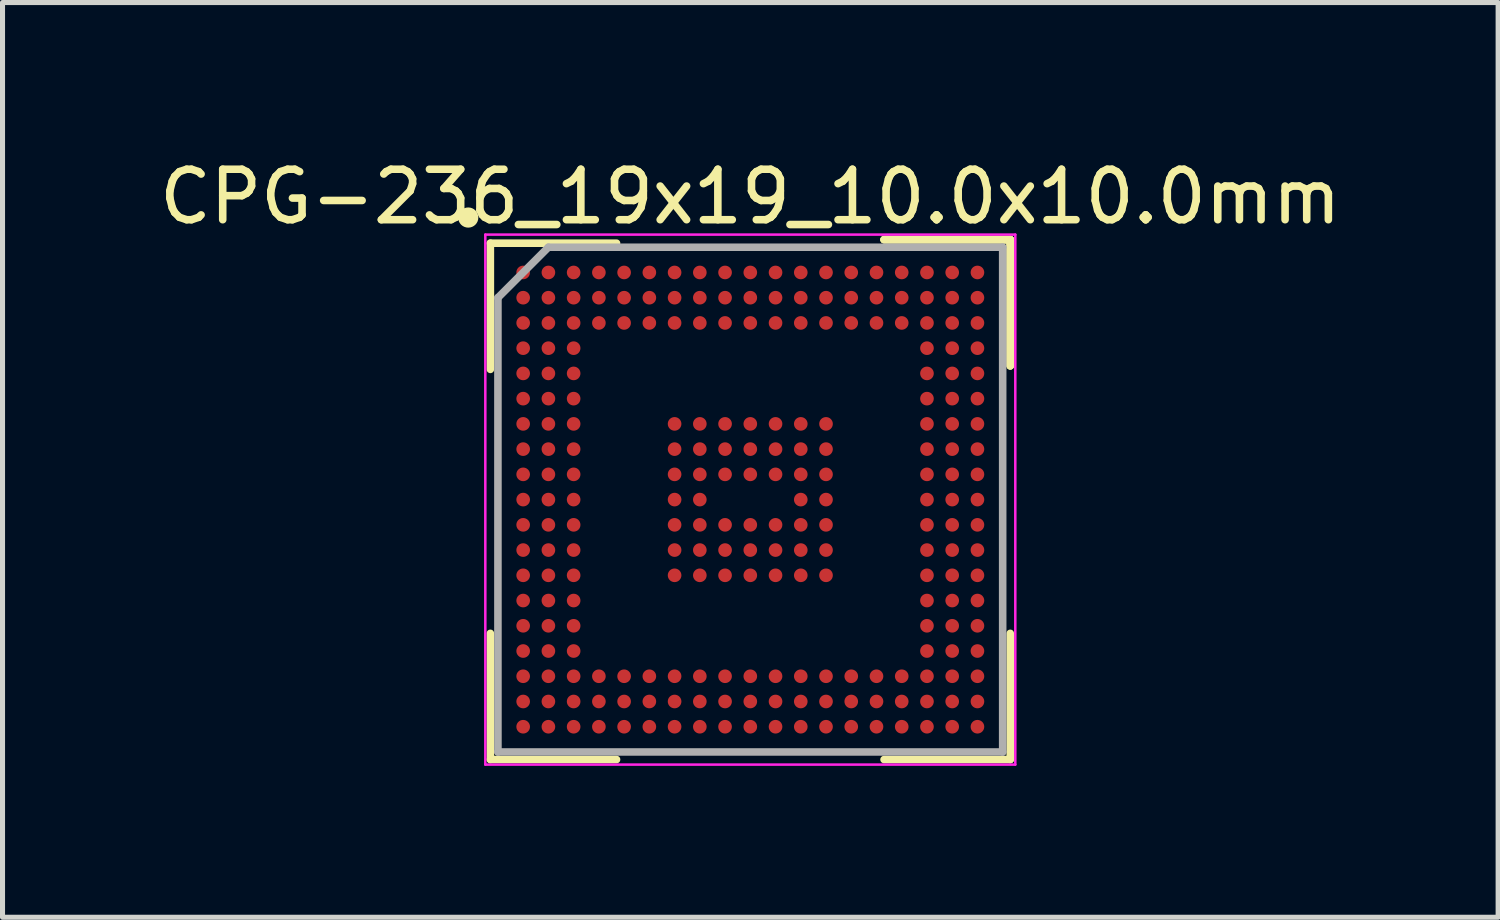
<source format=kicad_pcb>
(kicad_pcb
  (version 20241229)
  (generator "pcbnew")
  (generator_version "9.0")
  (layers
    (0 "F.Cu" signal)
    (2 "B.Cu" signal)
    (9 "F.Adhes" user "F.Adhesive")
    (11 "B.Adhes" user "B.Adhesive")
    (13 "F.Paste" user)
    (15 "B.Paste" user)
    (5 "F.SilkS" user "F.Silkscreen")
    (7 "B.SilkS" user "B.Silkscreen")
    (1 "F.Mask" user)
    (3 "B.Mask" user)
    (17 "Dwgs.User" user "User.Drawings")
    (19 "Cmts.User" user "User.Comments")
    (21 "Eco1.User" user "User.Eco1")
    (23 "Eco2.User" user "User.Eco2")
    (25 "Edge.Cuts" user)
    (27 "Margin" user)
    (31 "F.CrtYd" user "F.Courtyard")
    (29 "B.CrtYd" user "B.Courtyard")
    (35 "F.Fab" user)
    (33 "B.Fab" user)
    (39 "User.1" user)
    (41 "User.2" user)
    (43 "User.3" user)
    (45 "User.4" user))
  (footprint "CPG-236_19x19_10.0x10.0mm"
    (layer "F.Cu")
    (at 11.815 6.848)
    (property "Reference" "CPG-236_19x19_10.0x10.0mm" (at 0 -6 0) (layer "F.SilkS") (effects (font (size 1 1) (thickness 0.15))))
    (attr smd)
    (fp_line (start -5.15 -2.58) (end -5.15 -5.08) (stroke (width 0.15) (type solid)) (layer "F.SilkS"))
    (fp_line (start -5.15 5.15) (end -5.15 2.65) (stroke (width 0.15) (type solid)) (layer "F.SilkS"))
    (fp_line (start -2.65 -5.08) (end -5.15 -5.08) (stroke (width 0.15) (type solid)) (layer "F.SilkS"))
    (fp_line (start -2.65 5.15) (end -5.15 5.15) (stroke (width 0.15) (type solid)) (layer "F.SilkS"))
    (fp_line (start 2.65 -5.15) (end 5.15 -5.15) (stroke (width 0.15) (type solid)) (layer "F.SilkS"))
    (fp_line (start 2.65 -5.15) (end 5.15 -5.15) (stroke (width 0.15) (type solid)) (layer "F.SilkS"))
    (fp_line (start 2.65 -5.15) (end 5.15 -5.15) (stroke (width 0.15) (type solid)) (layer "F.SilkS"))
    (fp_line (start 2.65 5.15) (end 5.15 5.15) (stroke (width 0.15) (type solid)) (layer "F.SilkS"))
    (fp_line (start 5.15 -5.15) (end 5.15 -2.65) (stroke (width 0.15) (type solid)) (layer "F.SilkS"))
    (fp_line (start 5.15 -5.15) (end 5.15 -2.65) (stroke (width 0.15) (type solid)) (layer "F.SilkS"))
    (fp_line (start 5.15 -5.15) (end 5.15 -2.65) (stroke (width 0.15) (type solid)) (layer "F.SilkS"))
    (fp_line (start 5.15 5.15) (end 5.15 2.65) (stroke (width 0.15) (type solid)) (layer "F.SilkS"))
    (fp_circle (center -5.588 -5.588) (end -5.588 -5.488) (stroke (width 0.2) (type solid)) (fill no) (layer "F.SilkS"))
    (fp_line (start -5.25 -5.25) (end 5.25 -5.25) (stroke (width 0.05) (type solid)) (layer "F.CrtYd"))
    (fp_line (start -5.25 5.25) (end -5.25 -5.25) (stroke (width 0.05) (type solid)) (layer "F.CrtYd"))
    (fp_line (start 5.25 -5.25) (end 5.25 5.25) (stroke (width 0.05) (type solid)) (layer "F.CrtYd"))
    (fp_line (start 5.25 5.25) (end -5.25 5.25) (stroke (width 0.05) (type solid)) (layer "F.CrtYd"))
    (fp_line (start -5 -4) (end -5 5) (stroke (width 0.15) (type solid)) (layer "F.Fab"))
    (fp_line (start -5 5) (end 5 5) (stroke (width 0.15) (type solid)) (layer "F.Fab"))
    (fp_line (start -4 -5) (end -5 -4) (stroke (width 0.15) (type solid)) (layer "F.Fab"))
    (fp_line (start 5 -5) (end -4 -5) (stroke (width 0.15) (type solid)) (layer "F.Fab"))
    (fp_line (start 5 5) (end 5 -5) (stroke (width 0.15) (type solid)) (layer "F.Fab"))
    (pad "A1" smd circle (at -4.5 -4.5) (size 0.27 0.27) (layers "F.Cu" "F.Mask" "F.Paste"))
    (pad "A2" smd circle (at -4 -4.5) (size 0.27 0.27) (layers "F.Cu" "F.Mask" "F.Paste"))
    (pad "A3" smd circle (at -3.5 -4.5) (size 0.27 0.27) (layers "F.Cu" "F.Mask" "F.Paste"))
    (pad "A4" smd circle (at -3 -4.5) (size 0.27 0.27) (layers "F.Cu" "F.Mask" "F.Paste"))
    (pad "A5" smd circle (at -2.5 -4.5) (size 0.27 0.27) (layers "F.Cu" "F.Mask" "F.Paste"))
    (pad "A6" smd circle (at -2 -4.5) (size 0.27 0.27) (layers "F.Cu" "F.Mask" "F.Paste"))
    (pad "A7" smd circle (at -1.5 -4.5) (size 0.27 0.27) (layers "F.Cu" "F.Mask" "F.Paste"))
    (pad "A8" smd circle (at -1 -4.5) (size 0.27 0.27) (layers "F.Cu" "F.Mask" "F.Paste"))
    (pad "A9" smd circle (at -0.5 -4.5) (size 0.27 0.27) (layers "F.Cu" "F.Mask" "F.Paste"))
    (pad "A10" smd circle (at 0 -4.5) (size 0.27 0.27) (layers "F.Cu" "F.Mask" "F.Paste"))
    (pad "A11" smd circle (at 0.5 -4.5) (size 0.27 0.27) (layers "F.Cu" "F.Mask" "F.Paste"))
    (pad "A12" smd circle (at 1 -4.5) (size 0.27 0.27) (layers "F.Cu" "F.Mask" "F.Paste"))
    (pad "A13" smd circle (at 1.5 -4.5) (size 0.27 0.27) (layers "F.Cu" "F.Mask" "F.Paste"))
    (pad "A14" smd circle (at 2 -4.5) (size 0.27 0.27) (layers "F.Cu" "F.Mask" "F.Paste"))
    (pad "A15" smd circle (at 2.5 -4.5) (size 0.27 0.27) (layers "F.Cu" "F.Mask" "F.Paste"))
    (pad "A16" smd circle (at 3 -4.5) (size 0.27 0.27) (layers "F.Cu" "F.Mask" "F.Paste"))
    (pad "A17" smd circle (at 3.5 -4.5) (size 0.27 0.27) (layers "F.Cu" "F.Mask" "F.Paste"))
    (pad "A18" smd circle (at 4 -4.5) (size 0.27 0.27) (layers "F.Cu" "F.Mask" "F.Paste"))
    (pad "A19" smd circle (at 4.5 -4.5) (size 0.27 0.27) (layers "F.Cu" "F.Mask" "F.Paste"))
    (pad "B1" smd circle (at -4.5 -4) (size 0.27 0.27) (layers "F.Cu" "F.Mask" "F.Paste"))
    (pad "B2" smd circle (at -4 -4) (size 0.27 0.27) (layers "F.Cu" "F.Mask" "F.Paste"))
    (pad "B3" smd circle (at -3.5 -4) (size 0.27 0.27) (layers "F.Cu" "F.Mask" "F.Paste"))
    (pad "B4" smd circle (at -3 -4) (size 0.27 0.27) (layers "F.Cu" "F.Mask" "F.Paste"))
    (pad "B5" smd circle (at -2.5 -4) (size 0.27 0.27) (layers "F.Cu" "F.Mask" "F.Paste"))
    (pad "B6" smd circle (at -2 -4) (size 0.27 0.27) (layers "F.Cu" "F.Mask" "F.Paste"))
    (pad "B7" smd circle (at -1.5 -4) (size 0.27 0.27) (layers "F.Cu" "F.Mask" "F.Paste"))
    (pad "B8" smd circle (at -1 -4) (size 0.27 0.27) (layers "F.Cu" "F.Mask" "F.Paste"))
    (pad "B9" smd circle (at -0.5 -4) (size 0.27 0.27) (layers "F.Cu" "F.Mask" "F.Paste"))
    (pad "B10" smd circle (at 0 -4) (size 0.27 0.27) (layers "F.Cu" "F.Mask" "F.Paste"))
    (pad "B11" smd circle (at 0.5 -4) (size 0.27 0.27) (layers "F.Cu" "F.Mask" "F.Paste"))
    (pad "B12" smd circle (at 1 -4) (size 0.27 0.27) (layers "F.Cu" "F.Mask" "F.Paste"))
    (pad "B13" smd circle (at 1.5 -4) (size 0.27 0.27) (layers "F.Cu" "F.Mask" "F.Paste"))
    (pad "B14" smd circle (at 2 -4) (size 0.27 0.27) (layers "F.Cu" "F.Mask" "F.Paste"))
    (pad "B15" smd circle (at 2.5 -4) (size 0.27 0.27) (layers "F.Cu" "F.Mask" "F.Paste"))
    (pad "B16" smd circle (at 3 -4) (size 0.27 0.27) (layers "F.Cu" "F.Mask" "F.Paste"))
    (pad "B17" smd circle (at 3.5 -4) (size 0.27 0.27) (layers "F.Cu" "F.Mask" "F.Paste"))
    (pad "B18" smd circle (at 4 -4) (size 0.27 0.27) (layers "F.Cu" "F.Mask" "F.Paste"))
    (pad "B19" smd circle (at 4.5 -4) (size 0.27 0.27) (layers "F.Cu" "F.Mask" "F.Paste"))
    (pad "C1" smd circle (at -4.5 -3.5) (size 0.27 0.27) (layers "F.Cu" "F.Mask" "F.Paste"))
    (pad "C2" smd circle (at -4 -3.5) (size 0.27 0.27) (layers "F.Cu" "F.Mask" "F.Paste"))
    (pad "C3" smd circle (at -3.5 -3.5) (size 0.27 0.27) (layers "F.Cu" "F.Mask" "F.Paste"))
    (pad "C4" smd circle (at -3 -3.5) (size 0.27 0.27) (layers "F.Cu" "F.Mask" "F.Paste"))
    (pad "C5" smd circle (at -2.5 -3.5) (size 0.27 0.27) (layers "F.Cu" "F.Mask" "F.Paste"))
    (pad "C6" smd circle (at -2 -3.5) (size 0.27 0.27) (layers "F.Cu" "F.Mask" "F.Paste"))
    (pad "C7" smd circle (at -1.5 -3.5) (size 0.27 0.27) (layers "F.Cu" "F.Mask" "F.Paste"))
    (pad "C8" smd circle (at -1 -3.5) (size 0.27 0.27) (layers "F.Cu" "F.Mask" "F.Paste"))
    (pad "C9" smd circle (at -0.5 -3.5) (size 0.27 0.27) (layers "F.Cu" "F.Mask" "F.Paste"))
    (pad "C10" smd circle (at 0 -3.5) (size 0.27 0.27) (layers "F.Cu" "F.Mask" "F.Paste"))
    (pad "C11" smd circle (at 0.5 -3.5) (size 0.27 0.27) (layers "F.Cu" "F.Mask" "F.Paste"))
    (pad "C12" smd circle (at 1 -3.5) (size 0.27 0.27) (layers "F.Cu" "F.Mask" "F.Paste"))
    (pad "C13" smd circle (at 1.5 -3.5) (size 0.27 0.27) (layers "F.Cu" "F.Mask" "F.Paste"))
    (pad "C14" smd circle (at 2 -3.5) (size 0.27 0.27) (layers "F.Cu" "F.Mask" "F.Paste"))
    (pad "C15" smd circle (at 2.5 -3.5) (size 0.27 0.27) (layers "F.Cu" "F.Mask" "F.Paste"))
    (pad "C16" smd circle (at 3 -3.5) (size 0.27 0.27) (layers "F.Cu" "F.Mask" "F.Paste"))
    (pad "C17" smd circle (at 3.5 -3.5) (size 0.27 0.27) (layers "F.Cu" "F.Mask" "F.Paste"))
    (pad "C18" smd circle (at 4 -3.5) (size 0.27 0.27) (layers "F.Cu" "F.Mask" "F.Paste"))
    (pad "C19" smd circle (at 4.5 -3.5) (size 0.27 0.27) (layers "F.Cu" "F.Mask" "F.Paste"))
    (pad "D1" smd circle (at -4.5 -3) (size 0.27 0.27) (layers "F.Cu" "F.Mask" "F.Paste"))
    (pad "D2" smd circle (at -4 -3) (size 0.27 0.27) (layers "F.Cu" "F.Mask" "F.Paste"))
    (pad "D3" smd circle (at -3.5 -3) (size 0.27 0.27) (layers "F.Cu" "F.Mask" "F.Paste"))
    (pad "D17" smd circle (at 3.5 -3) (size 0.27 0.27) (layers "F.Cu" "F.Mask" "F.Paste"))
    (pad "D18" smd circle (at 4 -3) (size 0.27 0.27) (layers "F.Cu" "F.Mask" "F.Paste"))
    (pad "D19" smd circle (at 4.5 -3) (size 0.27 0.27) (layers "F.Cu" "F.Mask" "F.Paste"))
    (pad "E1" smd circle (at -4.5 -2.5) (size 0.27 0.27) (layers "F.Cu" "F.Mask" "F.Paste"))
    (pad "E2" smd circle (at -4 -2.5) (size 0.27 0.27) (layers "F.Cu" "F.Mask" "F.Paste"))
    (pad "E3" smd circle (at -3.5 -2.5) (size 0.27 0.27) (layers "F.Cu" "F.Mask" "F.Paste"))
    (pad "E17" smd circle (at 3.5 -2.5) (size 0.27 0.27) (layers "F.Cu" "F.Mask" "F.Paste"))
    (pad "E18" smd circle (at 4 -2.5) (size 0.27 0.27) (layers "F.Cu" "F.Mask" "F.Paste"))
    (pad "E19" smd circle (at 4.5 -2.5) (size 0.27 0.27) (layers "F.Cu" "F.Mask" "F.Paste"))
    (pad "F1" smd circle (at -4.5 -2) (size 0.27 0.27) (layers "F.Cu" "F.Mask" "F.Paste"))
    (pad "F2" smd circle (at -4 -2) (size 0.27 0.27) (layers "F.Cu" "F.Mask" "F.Paste"))
    (pad "F3" smd circle (at -3.5 -2) (size 0.27 0.27) (layers "F.Cu" "F.Mask" "F.Paste"))
    (pad "F17" smd circle (at 3.5 -2) (size 0.27 0.27) (layers "F.Cu" "F.Mask" "F.Paste"))
    (pad "F18" smd circle (at 4 -2) (size 0.27 0.27) (layers "F.Cu" "F.Mask" "F.Paste"))
    (pad "F19" smd circle (at 4.5 -2) (size 0.27 0.27) (layers "F.Cu" "F.Mask" "F.Paste"))
    (pad "G1" smd circle (at -4.5 -1.5) (size 0.27 0.27) (layers "F.Cu" "F.Mask" "F.Paste"))
    (pad "G2" smd circle (at -4 -1.5) (size 0.27 0.27) (layers "F.Cu" "F.Mask" "F.Paste"))
    (pad "G3" smd circle (at -3.5 -1.5) (size 0.27 0.27) (layers "F.Cu" "F.Mask" "F.Paste"))
    (pad "G7" smd circle (at -1.5 -1.5) (size 0.27 0.27) (layers "F.Cu" "F.Mask" "F.Paste"))
    (pad "G8" smd circle (at -1 -1.5) (size 0.27 0.27) (layers "F.Cu" "F.Mask" "F.Paste"))
    (pad "G9" smd circle (at -0.5 -1.5) (size 0.27 0.27) (layers "F.Cu" "F.Mask" "F.Paste"))
    (pad "G10" smd circle (at 0 -1.5) (size 0.27 0.27) (layers "F.Cu" "F.Mask" "F.Paste"))
    (pad "G11" smd circle (at 0.5 -1.5) (size 0.27 0.27) (layers "F.Cu" "F.Mask" "F.Paste"))
    (pad "G12" smd circle (at 1 -1.5) (size 0.27 0.27) (layers "F.Cu" "F.Mask" "F.Paste"))
    (pad "G13" smd circle (at 1.5 -1.5) (size 0.27 0.27) (layers "F.Cu" "F.Mask" "F.Paste"))
    (pad "G17" smd circle (at 3.5 -1.5) (size 0.27 0.27) (layers "F.Cu" "F.Mask" "F.Paste"))
    (pad "G18" smd circle (at 4 -1.5) (size 0.27 0.27) (layers "F.Cu" "F.Mask" "F.Paste"))
    (pad "G19" smd circle (at 4.5 -1.5) (size 0.27 0.27) (layers "F.Cu" "F.Mask" "F.Paste"))
    (pad "H1" smd circle (at -4.5 -1) (size 0.27 0.27) (layers "F.Cu" "F.Mask" "F.Paste"))
    (pad "H2" smd circle (at -4 -1) (size 0.27 0.27) (layers "F.Cu" "F.Mask" "F.Paste"))
    (pad "H3" smd circle (at -3.5 -1) (size 0.27 0.27) (layers "F.Cu" "F.Mask" "F.Paste"))
    (pad "H7" smd circle (at -1.5 -1) (size 0.27 0.27) (layers "F.Cu" "F.Mask" "F.Paste"))
    (pad "H8" smd circle (at -1 -1) (size 0.27 0.27) (layers "F.Cu" "F.Mask" "F.Paste"))
    (pad "H9" smd circle (at -0.5 -1) (size 0.27 0.27) (layers "F.Cu" "F.Mask" "F.Paste"))
    (pad "H10" smd circle (at 0 -1) (size 0.27 0.27) (layers "F.Cu" "F.Mask" "F.Paste"))
    (pad "H11" smd circle (at 0.5 -1) (size 0.27 0.27) (layers "F.Cu" "F.Mask" "F.Paste"))
    (pad "H12" smd circle (at 1 -1) (size 0.27 0.27) (layers "F.Cu" "F.Mask" "F.Paste"))
    (pad "H13" smd circle (at 1.5 -1) (size 0.27 0.27) (layers "F.Cu" "F.Mask" "F.Paste"))
    (pad "H17" smd circle (at 3.5 -1) (size 0.27 0.27) (layers "F.Cu" "F.Mask" "F.Paste"))
    (pad "H18" smd circle (at 4 -1) (size 0.27 0.27) (layers "F.Cu" "F.Mask" "F.Paste"))
    (pad "H19" smd circle (at 4.5 -1) (size 0.27 0.27) (layers "F.Cu" "F.Mask" "F.Paste"))
    (pad "J1" smd circle (at -4.5 -0.5) (size 0.27 0.27) (layers "F.Cu" "F.Mask" "F.Paste"))
    (pad "J2" smd circle (at -4 -0.5) (size 0.27 0.27) (layers "F.Cu" "F.Mask" "F.Paste"))
    (pad "J3" smd circle (at -3.5 -0.5) (size 0.27 0.27) (layers "F.Cu" "F.Mask" "F.Paste"))
    (pad "J7" smd circle (at -1.5 -0.5) (size 0.27 0.27) (layers "F.Cu" "F.Mask" "F.Paste"))
    (pad "J8" smd circle (at -1 -0.5) (size 0.27 0.27) (layers "F.Cu" "F.Mask" "F.Paste"))
    (pad "J9" smd circle (at -0.5 -0.5) (size 0.27 0.27) (layers "F.Cu" "F.Mask" "F.Paste"))
    (pad "J10" smd circle (at 0 -0.5) (size 0.27 0.27) (layers "F.Cu" "F.Mask" "F.Paste"))
    (pad "J11" smd circle (at 0.5 -0.5) (size 0.27 0.27) (layers "F.Cu" "F.Mask" "F.Paste"))
    (pad "J12" smd circle (at 1 -0.5) (size 0.27 0.27) (layers "F.Cu" "F.Mask" "F.Paste"))
    (pad "J13" smd circle (at 1.5 -0.5) (size 0.27 0.27) (layers "F.Cu" "F.Mask" "F.Paste"))
    (pad "J17" smd circle (at 3.5 -0.5) (size 0.27 0.27) (layers "F.Cu" "F.Mask" "F.Paste"))
    (pad "J18" smd circle (at 4 -0.5) (size 0.27 0.27) (layers "F.Cu" "F.Mask" "F.Paste"))
    (pad "J19" smd circle (at 4.5 -0.5) (size 0.27 0.27) (layers "F.Cu" "F.Mask" "F.Paste"))
    (pad "K1" smd circle (at -4.5 0) (size 0.27 0.27) (layers "F.Cu" "F.Mask" "F.Paste"))
    (pad "K2" smd circle (at -4 0) (size 0.27 0.27) (layers "F.Cu" "F.Mask" "F.Paste"))
    (pad "K3" smd circle (at -3.5 0) (size 0.27 0.27) (layers "F.Cu" "F.Mask" "F.Paste"))
    (pad "K7" smd circle (at -1.5 0) (size 0.27 0.27) (layers "F.Cu" "F.Mask" "F.Paste"))
    (pad "K8" smd circle (at -1 0) (size 0.27 0.27) (layers "F.Cu" "F.Mask" "F.Paste"))
    (pad "K12" smd circle (at 1 0) (size 0.27 0.27) (layers "F.Cu" "F.Mask" "F.Paste"))
    (pad "K13" smd circle (at 1.5 0) (size 0.27 0.27) (layers "F.Cu" "F.Mask" "F.Paste"))
    (pad "K17" smd circle (at 3.5 0) (size 0.27 0.27) (layers "F.Cu" "F.Mask" "F.Paste"))
    (pad "K18" smd circle (at 4 0) (size 0.27 0.27) (layers "F.Cu" "F.Mask" "F.Paste"))
    (pad "K19" smd circle (at 4.5 0) (size 0.27 0.27) (layers "F.Cu" "F.Mask" "F.Paste"))
    (pad "L1" smd circle (at -4.5 0.5) (size 0.27 0.27) (layers "F.Cu" "F.Mask" "F.Paste"))
    (pad "L2" smd circle (at -4 0.5) (size 0.27 0.27) (layers "F.Cu" "F.Mask" "F.Paste"))
    (pad "L3" smd circle (at -3.5 0.5) (size 0.27 0.27) (layers "F.Cu" "F.Mask" "F.Paste"))
    (pad "L7" smd circle (at -1.5 0.5) (size 0.27 0.27) (layers "F.Cu" "F.Mask" "F.Paste"))
    (pad "L8" smd circle (at -1 0.5) (size 0.27 0.27) (layers "F.Cu" "F.Mask" "F.Paste"))
    (pad "L9" smd circle (at -0.5 0.5) (size 0.27 0.27) (layers "F.Cu" "F.Mask" "F.Paste"))
    (pad "L10" smd circle (at 0 0.5) (size 0.27 0.27) (layers "F.Cu" "F.Mask" "F.Paste"))
    (pad "L11" smd circle (at 0.5 0.5) (size 0.27 0.27) (layers "F.Cu" "F.Mask" "F.Paste"))
    (pad "L12" smd circle (at 1 0.5) (size 0.27 0.27) (layers "F.Cu" "F.Mask" "F.Paste"))
    (pad "L13" smd circle (at 1.5 0.5) (size 0.27 0.27) (layers "F.Cu" "F.Mask" "F.Paste"))
    (pad "L17" smd circle (at 3.5 0.5) (size 0.27 0.27) (layers "F.Cu" "F.Mask" "F.Paste"))
    (pad "L18" smd circle (at 4 0.5) (size 0.27 0.27) (layers "F.Cu" "F.Mask" "F.Paste"))
    (pad "L19" smd circle (at 4.5 0.5) (size 0.27 0.27) (layers "F.Cu" "F.Mask" "F.Paste"))
    (pad "M1" smd circle (at -4.5 1) (size 0.27 0.27) (layers "F.Cu" "F.Mask" "F.Paste"))
    (pad "M2" smd circle (at -4 1) (size 0.27 0.27) (layers "F.Cu" "F.Mask" "F.Paste"))
    (pad "M3" smd circle (at -3.5 1) (size 0.27 0.27) (layers "F.Cu" "F.Mask" "F.Paste"))
    (pad "M7" smd circle (at -1.5 1) (size 0.27 0.27) (layers "F.Cu" "F.Mask" "F.Paste"))
    (pad "M8" smd circle (at -1 1) (size 0.27 0.27) (layers "F.Cu" "F.Mask" "F.Paste"))
    (pad "M9" smd circle (at -0.5 1) (size 0.27 0.27) (layers "F.Cu" "F.Mask" "F.Paste"))
    (pad "M10" smd circle (at 0 1) (size 0.27 0.27) (layers "F.Cu" "F.Mask" "F.Paste"))
    (pad "M11" smd circle (at 0.5 1) (size 0.27 0.27) (layers "F.Cu" "F.Mask" "F.Paste"))
    (pad "M12" smd circle (at 1 1) (size 0.27 0.27) (layers "F.Cu" "F.Mask" "F.Paste"))
    (pad "M13" smd circle (at 1.5 1) (size 0.27 0.27) (layers "F.Cu" "F.Mask" "F.Paste"))
    (pad "M17" smd circle (at 3.5 1) (size 0.27 0.27) (layers "F.Cu" "F.Mask" "F.Paste"))
    (pad "M18" smd circle (at 4 1) (size 0.27 0.27) (layers "F.Cu" "F.Mask" "F.Paste"))
    (pad "M19" smd circle (at 4.5 1) (size 0.27 0.27) (layers "F.Cu" "F.Mask" "F.Paste"))
    (pad "N1" smd circle (at -4.5 1.5) (size 0.27 0.27) (layers "F.Cu" "F.Mask" "F.Paste"))
    (pad "N2" smd circle (at -4 1.5) (size 0.27 0.27) (layers "F.Cu" "F.Mask" "F.Paste"))
    (pad "N3" smd circle (at -3.5 1.5) (size 0.27 0.27) (layers "F.Cu" "F.Mask" "F.Paste"))
    (pad "N7" smd circle (at -1.5 1.5) (size 0.27 0.27) (layers "F.Cu" "F.Mask" "F.Paste"))
    (pad "N8" smd circle (at -1 1.5) (size 0.27 0.27) (layers "F.Cu" "F.Mask" "F.Paste"))
    (pad "N9" smd circle (at -0.5 1.5) (size 0.27 0.27) (layers "F.Cu" "F.Mask" "F.Paste"))
    (pad "N10" smd circle (at 0 1.5) (size 0.27 0.27) (layers "F.Cu" "F.Mask" "F.Paste"))
    (pad "N11" smd circle (at 0.5 1.5) (size 0.27 0.27) (layers "F.Cu" "F.Mask" "F.Paste"))
    (pad "N12" smd circle (at 1 1.5) (size 0.27 0.27) (layers "F.Cu" "F.Mask" "F.Paste"))
    (pad "N13" smd circle (at 1.5 1.5) (size 0.27 0.27) (layers "F.Cu" "F.Mask" "F.Paste"))
    (pad "N17" smd circle (at 3.5 1.5) (size 0.27 0.27) (layers "F.Cu" "F.Mask" "F.Paste"))
    (pad "N18" smd circle (at 4 1.5) (size 0.27 0.27) (layers "F.Cu" "F.Mask" "F.Paste"))
    (pad "N19" smd circle (at 4.5 1.5) (size 0.27 0.27) (layers "F.Cu" "F.Mask" "F.Paste"))
    (pad "P1" smd circle (at -4.5 2) (size 0.27 0.27) (layers "F.Cu" "F.Mask" "F.Paste"))
    (pad "P2" smd circle (at -4 2) (size 0.27 0.27) (layers "F.Cu" "F.Mask" "F.Paste"))
    (pad "P3" smd circle (at -3.5 2) (size 0.27 0.27) (layers "F.Cu" "F.Mask" "F.Paste"))
    (pad "P17" smd circle (at 3.5 2) (size 0.27 0.27) (layers "F.Cu" "F.Mask" "F.Paste"))
    (pad "P18" smd circle (at 4 2) (size 0.27 0.27) (layers "F.Cu" "F.Mask" "F.Paste"))
    (pad "P19" smd circle (at 4.5 2) (size 0.27 0.27) (layers "F.Cu" "F.Mask" "F.Paste"))
    (pad "R1" smd circle (at -4.5 2.5) (size 0.27 0.27) (layers "F.Cu" "F.Mask" "F.Paste"))
    (pad "R2" smd circle (at -4 2.5) (size 0.27 0.27) (layers "F.Cu" "F.Mask" "F.Paste"))
    (pad "R3" smd circle (at -3.5 2.5) (size 0.27 0.27) (layers "F.Cu" "F.Mask" "F.Paste"))
    (pad "R17" smd circle (at 3.5 2.5) (size 0.27 0.27) (layers "F.Cu" "F.Mask" "F.Paste"))
    (pad "R18" smd circle (at 4 2.5) (size 0.27 0.27) (layers "F.Cu" "F.Mask" "F.Paste"))
    (pad "R19" smd circle (at 4.5 2.5) (size 0.27 0.27) (layers "F.Cu" "F.Mask" "F.Paste"))
    (pad "T1" smd circle (at -4.5 3) (size 0.27 0.27) (layers "F.Cu" "F.Mask" "F.Paste"))
    (pad "T2" smd circle (at -4 3) (size 0.27 0.27) (layers "F.Cu" "F.Mask" "F.Paste"))
    (pad "T3" smd circle (at -3.5 3) (size 0.27 0.27) (layers "F.Cu" "F.Mask" "F.Paste"))
    (pad "T17" smd circle (at 3.5 3) (size 0.27 0.27) (layers "F.Cu" "F.Mask" "F.Paste"))
    (pad "T18" smd circle (at 4 3) (size 0.27 0.27) (layers "F.Cu" "F.Mask" "F.Paste"))
    (pad "T19" smd circle (at 4.5 3) (size 0.27 0.27) (layers "F.Cu" "F.Mask" "F.Paste"))
    (pad "U1" smd circle (at -4.5 3.5) (size 0.27 0.27) (layers "F.Cu" "F.Mask" "F.Paste"))
    (pad "U2" smd circle (at -4 3.5) (size 0.27 0.27) (layers "F.Cu" "F.Mask" "F.Paste"))
    (pad "U3" smd circle (at -3.5 3.5) (size 0.27 0.27) (layers "F.Cu" "F.Mask" "F.Paste"))
    (pad "U4" smd circle (at -3 3.5) (size 0.27 0.27) (layers "F.Cu" "F.Mask" "F.Paste"))
    (pad "U5" smd circle (at -2.5 3.5) (size 0.27 0.27) (layers "F.Cu" "F.Mask" "F.Paste"))
    (pad "U6" smd circle (at -2 3.5) (size 0.27 0.27) (layers "F.Cu" "F.Mask" "F.Paste"))
    (pad "U7" smd circle (at -1.5 3.5) (size 0.27 0.27) (layers "F.Cu" "F.Mask" "F.Paste"))
    (pad "U8" smd circle (at -1 3.5) (size 0.27 0.27) (layers "F.Cu" "F.Mask" "F.Paste"))
    (pad "U9" smd circle (at -0.5 3.5) (size 0.27 0.27) (layers "F.Cu" "F.Mask" "F.Paste"))
    (pad "U10" smd circle (at 0 3.5) (size 0.27 0.27) (layers "F.Cu" "F.Mask" "F.Paste"))
    (pad "U11" smd circle (at 0.5 3.5) (size 0.27 0.27) (layers "F.Cu" "F.Mask" "F.Paste"))
    (pad "U12" smd circle (at 1 3.5) (size 0.27 0.27) (layers "F.Cu" "F.Mask" "F.Paste"))
    (pad "U13" smd circle (at 1.5 3.5) (size 0.27 0.27) (layers "F.Cu" "F.Mask" "F.Paste"))
    (pad "U14" smd circle (at 2 3.5) (size 0.27 0.27) (layers "F.Cu" "F.Mask" "F.Paste"))
    (pad "U15" smd circle (at 2.5 3.5) (size 0.27 0.27) (layers "F.Cu" "F.Mask" "F.Paste"))
    (pad "U16" smd circle (at 3 3.5) (size 0.27 0.27) (layers "F.Cu" "F.Mask" "F.Paste"))
    (pad "U17" smd circle (at 3.5 3.5) (size 0.27 0.27) (layers "F.Cu" "F.Mask" "F.Paste"))
    (pad "U18" smd circle (at 4 3.5) (size 0.27 0.27) (layers "F.Cu" "F.Mask" "F.Paste"))
    (pad "U19" smd circle (at 4.5 3.5) (size 0.27 0.27) (layers "F.Cu" "F.Mask" "F.Paste"))
    (pad "V1" smd circle (at -4.5 4) (size 0.27 0.27) (layers "F.Cu" "F.Mask" "F.Paste"))
    (pad "V2" smd circle (at -4 4) (size 0.27 0.27) (layers "F.Cu" "F.Mask" "F.Paste"))
    (pad "V3" smd circle (at -3.5 4) (size 0.27 0.27) (layers "F.Cu" "F.Mask" "F.Paste"))
    (pad "V4" smd circle (at -3 4) (size 0.27 0.27) (layers "F.Cu" "F.Mask" "F.Paste"))
    (pad "V5" smd circle (at -2.5 4) (size 0.27 0.27) (layers "F.Cu" "F.Mask" "F.Paste"))
    (pad "V6" smd circle (at -2 4) (size 0.27 0.27) (layers "F.Cu" "F.Mask" "F.Paste"))
    (pad "V7" smd circle (at -1.5 4) (size 0.27 0.27) (layers "F.Cu" "F.Mask" "F.Paste"))
    (pad "V8" smd circle (at -1 4) (size 0.27 0.27) (layers "F.Cu" "F.Mask" "F.Paste"))
    (pad "V9" smd circle (at -0.5 4) (size 0.27 0.27) (layers "F.Cu" "F.Mask" "F.Paste"))
    (pad "V10" smd circle (at 0 4) (size 0.27 0.27) (layers "F.Cu" "F.Mask" "F.Paste"))
    (pad "V11" smd circle (at 0.5 4) (size 0.27 0.27) (layers "F.Cu" "F.Mask" "F.Paste"))
    (pad "V12" smd circle (at 1 4) (size 0.27 0.27) (layers "F.Cu" "F.Mask" "F.Paste"))
    (pad "V13" smd circle (at 1.5 4) (size 0.27 0.27) (layers "F.Cu" "F.Mask" "F.Paste"))
    (pad "V14" smd circle (at 2 4) (size 0.27 0.27) (layers "F.Cu" "F.Mask" "F.Paste"))
    (pad "V15" smd circle (at 2.5 4) (size 0.27 0.27) (layers "F.Cu" "F.Mask" "F.Paste"))
    (pad "V16" smd circle (at 3 4) (size 0.27 0.27) (layers "F.Cu" "F.Mask" "F.Paste"))
    (pad "V17" smd circle (at 3.5 4) (size 0.27 0.27) (layers "F.Cu" "F.Mask" "F.Paste"))
    (pad "V18" smd circle (at 4 4) (size 0.27 0.27) (layers "F.Cu" "F.Mask" "F.Paste"))
    (pad "V19" smd circle (at 4.5 4) (size 0.27 0.27) (layers "F.Cu" "F.Mask" "F.Paste"))
    (pad "W1" smd circle (at -4.5 4.5) (size 0.27 0.27) (layers "F.Cu" "F.Mask" "F.Paste"))
    (pad "W2" smd circle (at -4 4.5) (size 0.27 0.27) (layers "F.Cu" "F.Mask" "F.Paste"))
    (pad "W3" smd circle (at -3.5 4.5) (size 0.27 0.27) (layers "F.Cu" "F.Mask" "F.Paste"))
    (pad "W4" smd circle (at -3 4.5) (size 0.27 0.27) (layers "F.Cu" "F.Mask" "F.Paste"))
    (pad "W5" smd circle (at -2.5 4.5) (size 0.27 0.27) (layers "F.Cu" "F.Mask" "F.Paste"))
    (pad "W6" smd circle (at -2 4.5) (size 0.27 0.27) (layers "F.Cu" "F.Mask" "F.Paste"))
    (pad "W7" smd circle (at -1.5 4.5) (size 0.27 0.27) (layers "F.Cu" "F.Mask" "F.Paste"))
    (pad "W8" smd circle (at -1 4.5) (size 0.27 0.27) (layers "F.Cu" "F.Mask" "F.Paste"))
    (pad "W9" smd circle (at -0.5 4.5) (size 0.27 0.27) (layers "F.Cu" "F.Mask" "F.Paste"))
    (pad "W10" smd circle (at 0 4.5) (size 0.27 0.27) (layers "F.Cu" "F.Mask" "F.Paste"))
    (pad "W11" smd circle (at 0.5 4.5) (size 0.27 0.27) (layers "F.Cu" "F.Mask" "F.Paste"))
    (pad "W12" smd circle (at 1 4.5) (size 0.27 0.27) (layers "F.Cu" "F.Mask" "F.Paste"))
    (pad "W13" smd circle (at 1.5 4.5) (size 0.27 0.27) (layers "F.Cu" "F.Mask" "F.Paste"))
    (pad "W14" smd circle (at 2 4.5) (size 0.27 0.27) (layers "F.Cu" "F.Mask" "F.Paste"))
    (pad "W15" smd circle (at 2.5 4.5) (size 0.27 0.27) (layers "F.Cu" "F.Mask" "F.Paste"))
    (pad "W16" smd circle (at 3 4.5) (size 0.27 0.27) (layers "F.Cu" "F.Mask" "F.Paste"))
    (pad "W17" smd circle (at 3.5 4.5) (size 0.27 0.27) (layers "F.Cu" "F.Mask" "F.Paste"))
    (pad "W18" smd circle (at 4 4.5) (size 0.27 0.27) (layers "F.Cu" "F.Mask" "F.Paste"))
    (pad "W19" smd circle (at 4.5 4.5) (size 0.27 0.27) (layers "F.Cu" "F.Mask" "F.Paste")))
  (gr_rect
    (start -3 -3)
    (end 26.631 15.123)
    (stroke (width 0.1) (type default))
    (fill no)
    (layer "Edge.Cuts")))
</source>
